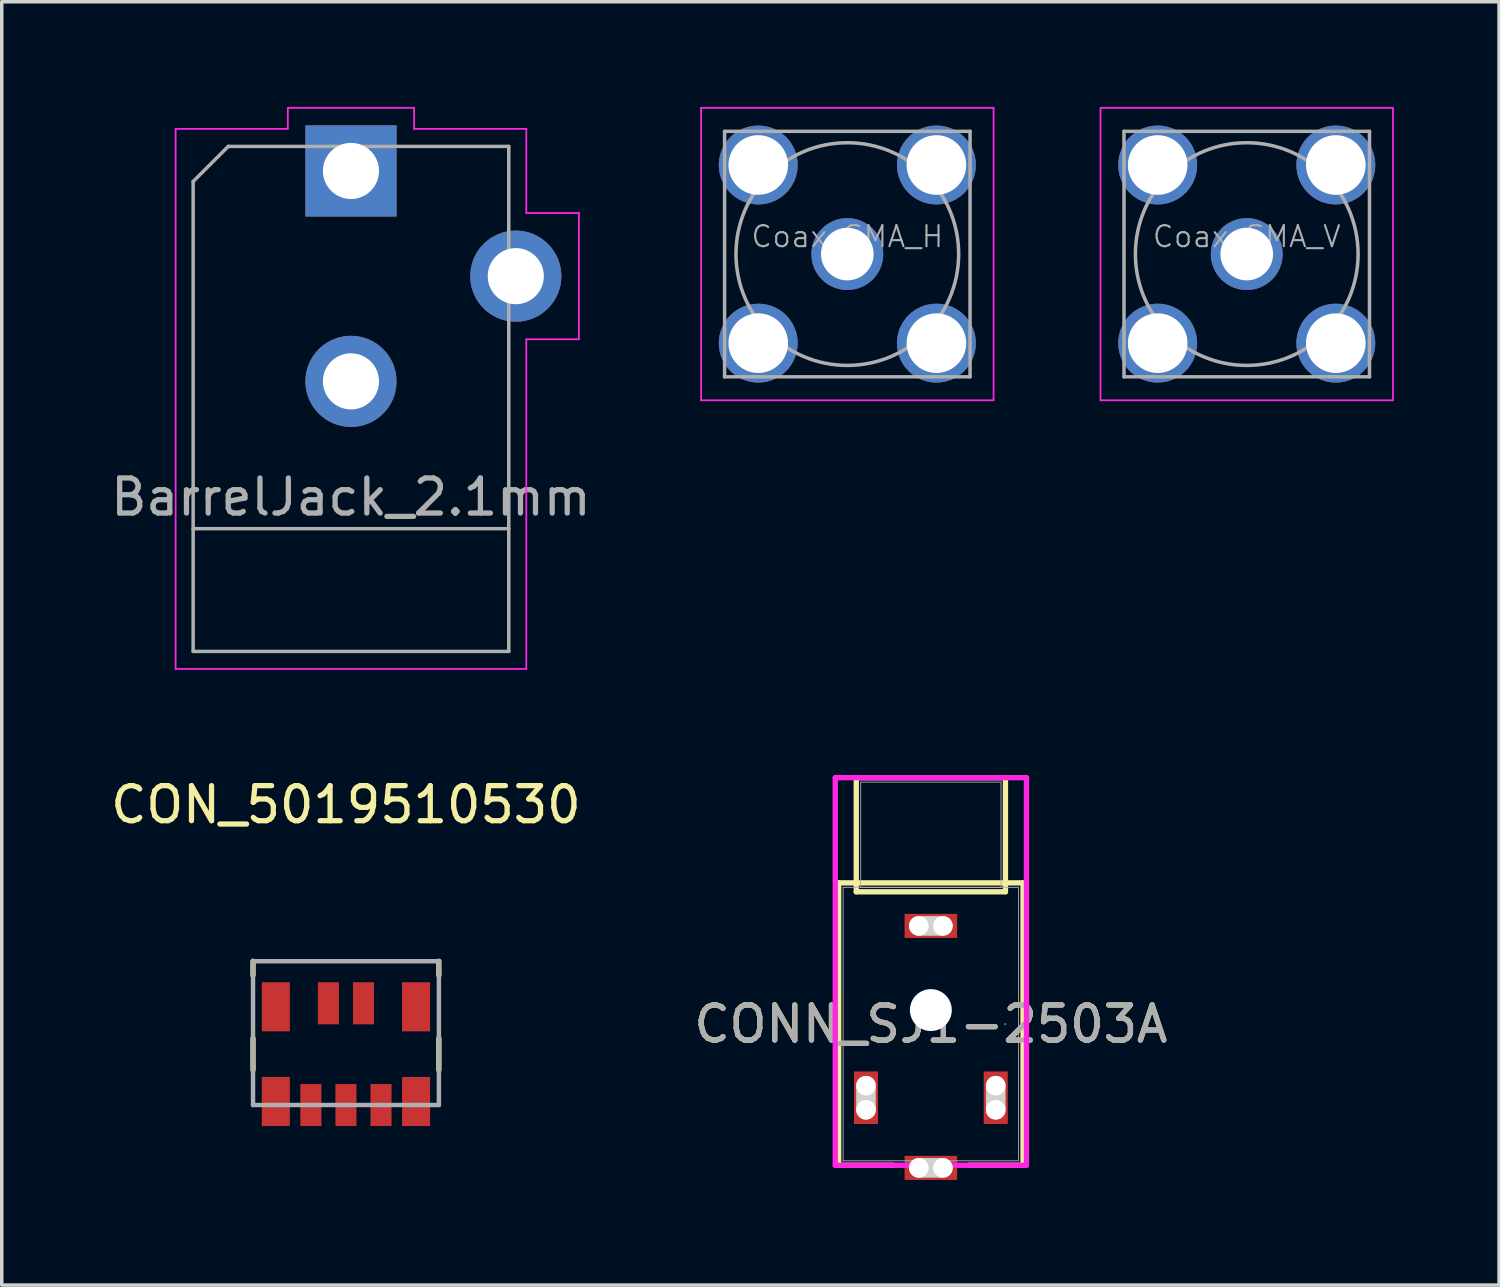
<source format=kicad_pcb>
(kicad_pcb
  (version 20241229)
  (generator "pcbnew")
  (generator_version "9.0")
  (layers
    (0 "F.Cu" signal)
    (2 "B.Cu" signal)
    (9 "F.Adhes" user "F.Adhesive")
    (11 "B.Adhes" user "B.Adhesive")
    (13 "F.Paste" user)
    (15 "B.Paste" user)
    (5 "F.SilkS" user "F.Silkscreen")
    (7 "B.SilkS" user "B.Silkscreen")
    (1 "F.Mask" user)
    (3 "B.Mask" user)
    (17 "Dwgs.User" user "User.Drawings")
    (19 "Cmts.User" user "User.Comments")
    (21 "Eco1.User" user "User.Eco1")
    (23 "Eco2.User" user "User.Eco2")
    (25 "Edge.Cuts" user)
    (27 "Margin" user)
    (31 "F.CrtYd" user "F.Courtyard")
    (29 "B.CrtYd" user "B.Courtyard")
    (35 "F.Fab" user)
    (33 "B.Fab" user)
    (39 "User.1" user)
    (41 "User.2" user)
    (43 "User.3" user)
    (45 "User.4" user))
  (footprint "CON_5019510530"
    (layer "F.Cu")
    (at 6.815 27.01)
    (property "Reference" "CON_5019510530" (at 0 -7.112 0) (unlocked yes) (layer "F.SilkS") (effects (font (size 1 1) (thickness 0.15))))
    (attr smd)
    (fp_line (start -2.65 -2.65) (end -2.65 -2.25) (stroke (width 0.152) (type solid)) (layer "F.SilkS"))
    (fp_line (start -2.65 -0.45) (end -2.65 0.45) (stroke (width 0.152) (type solid)) (layer "F.SilkS"))
    (fp_line (start 2.65 -2.25) (end 2.65 -2.65) (stroke (width 0.152) (type solid)) (layer "F.SilkS"))
    (fp_line (start 2.65 0.45) (end 2.65 -0.45) (stroke (width 0.152) (type solid)) (layer "F.SilkS"))
    (fp_line (start -2.65 -2.65) (end -2.65 1.45) (stroke (width 0.127) (type solid)) (layer "F.Fab"))
    (fp_line (start -2.65 1.45) (end 2.65 1.45) (stroke (width 0.127) (type solid)) (layer "F.Fab"))
    (fp_line (start 2.65 -2.65) (end -2.65 -2.65) (stroke (width 0.127) (type solid)) (layer "F.Fab"))
    (fp_line (start 2.65 1.45) (end 2.65 -2.65) (stroke (width 0.127) (type solid)) (layer "F.Fab"))
    (pad "1" smd rect (at -1 1.45) (size 0.6 1.2) (layers "F.Cu" "F.Mask" "F.Paste"))
    (pad "2" smd rect (at -0.5 -1.45) (size 0.6 1.2) (layers "F.Cu" "F.Mask" "F.Paste"))
    (pad "3" smd rect (at 0 1.45) (size 0.6 1.2) (layers "F.Cu" "F.Mask" "F.Paste"))
    (pad "4" smd rect (at 0.5 -1.45) (size 0.6 1.2) (layers "F.Cu" "F.Mask" "F.Paste"))
    (pad "5" smd rect (at 1 1.45) (size 0.6 1.2) (layers "F.Cu" "F.Mask" "F.Paste"))
    (pad "P1" smd rect (at -2 1.35) (size 0.8 1.4) (layers "F.Cu" "F.Mask" "F.Paste"))
    (pad "P2" smd rect (at 2 1.35) (size 0.8 1.4) (layers "F.Cu" "F.Mask" "F.Paste"))
    (pad "P3" smd rect (at -2 -1.35) (size 0.8 1.4) (layers "F.Cu" "F.Mask" "F.Paste"))
    (pad "P4" smd rect (at 2 -1.35) (size 0.8 1.4) (layers "F.Cu" "F.Mask" "F.Paste")))
  (footprint "Coax_SMA_V"
    (layer "F.Cu")
    (at 32.502 4.195)
    (property "Reference" "Coax_SMA_V" (at 0 -0.5 0) (layer "F.Fab") (effects (font (size 0.6 0.6) (thickness 0.06))))
    (attr through_hole)
    (fp_line (start -4.17 -4.17) (end -4.17 4.17) (stroke (width 0.05) (type solid)) (layer "F.CrtYd"))
    (fp_line (start -4.17 -4.17) (end 4.17 -4.17) (stroke (width 0.05) (type solid)) (layer "F.CrtYd"))
    (fp_line (start 4.17 4.17) (end -4.17 4.17) (stroke (width 0.05) (type solid)) (layer "F.CrtYd"))
    (fp_line (start 4.17 4.17) (end 4.17 -4.17) (stroke (width 0.05) (type solid)) (layer "F.CrtYd"))
    (fp_line (start -3.5 -3.5) (end -3.5 3.5) (stroke (width 0.1) (type solid)) (layer "F.Fab"))
    (fp_line (start -3.5 -3.5) (end 3.5 -3.5) (stroke (width 0.1) (type solid)) (layer "F.Fab"))
    (fp_line (start -3.5 3.5) (end 3.5 3.5) (stroke (width 0.1) (type solid)) (layer "F.Fab"))
    (fp_line (start 3.5 -3.5) (end 3.5 3.5) (stroke (width 0.1) (type solid)) (layer "F.Fab"))
    (fp_circle (center 0 0) (end 3.175 0) (stroke (width 0.1) (type solid)) (fill no) (layer "F.Fab"))
    (pad "1" thru_hole circle (at 0 0) (size 2.05 2.05) (drill 1.5) (layers "*.Cu" "*.Mask"))
    (pad "2" thru_hole circle (at -2.54 -2.54) (size 2.25 2.25) (drill 1.7) (layers "*.Cu" "*.Mask"))
    (pad "2" thru_hole circle (at -2.54 2.54) (size 2.25 2.25) (drill 1.7) (layers "*.Cu" "*.Mask"))
    (pad "2" thru_hole circle (at 2.54 -2.54) (size 2.25 2.25) (drill 1.7) (layers "*.Cu" "*.Mask"))
    (pad "2" thru_hole circle (at 2.54 2.54) (size 2.25 2.25) (drill 1.7) (layers "*.Cu" "*.Mask")))
  (footprint "Coax_SMA_H"
    (layer "F.Cu")
    (at 21.112 4.195)
    (property "Reference" "Coax_SMA_H" (at 0 -0.5 0) (layer "F.Fab") (effects (font (size 0.6 0.6) (thickness 0.06))))
    (attr through_hole)
    (fp_line (start -4.17 -4.17) (end -4.17 4.17) (stroke (width 0.05) (type solid)) (layer "F.CrtYd"))
    (fp_line (start -4.17 -4.17) (end 4.17 -4.17) (stroke (width 0.05) (type solid)) (layer "F.CrtYd"))
    (fp_line (start 4.17 4.17) (end -4.17 4.17) (stroke (width 0.05) (type solid)) (layer "F.CrtYd"))
    (fp_line (start 4.17 4.17) (end 4.17 -4.17) (stroke (width 0.05) (type solid)) (layer "F.CrtYd"))
    (fp_line (start -3.5 -3.5) (end -3.5 3.5) (stroke (width 0.1) (type solid)) (layer "F.Fab"))
    (fp_line (start -3.5 -3.5) (end 3.5 -3.5) (stroke (width 0.1) (type solid)) (layer "F.Fab"))
    (fp_line (start -3.5 3.5) (end 3.5 3.5) (stroke (width 0.1) (type solid)) (layer "F.Fab"))
    (fp_line (start 3.5 -3.5) (end 3.5 3.5) (stroke (width 0.1) (type solid)) (layer "F.Fab"))
    (fp_circle (center 0 0) (end 3.175 0) (stroke (width 0.1) (type solid)) (fill no) (layer "F.Fab"))
    (pad "1" thru_hole circle (at 0 0) (size 2.05 2.05) (drill 1.5) (layers "*.Cu" "*.Mask"))
    (pad "2" thru_hole circle (at -2.54 -2.54) (size 2.25 2.25) (drill 1.7) (layers "*.Cu" "*.Mask"))
    (pad "2" thru_hole circle (at -2.54 2.54) (size 2.25 2.25) (drill 1.7) (layers "*.Cu" "*.Mask"))
    (pad "2" thru_hole circle (at 2.54 -2.54) (size 2.25 2.25) (drill 1.7) (layers "*.Cu" "*.Mask"))
    (pad "2" thru_hole circle (at 2.54 2.54) (size 2.25 2.25) (drill 1.7) (layers "*.Cu" "*.Mask")))
  (footprint "BarrelJack_2.1mm"
    (layer "F.Cu")
    (at 6.958 1.825)
    (property "Reference" "BarrelJack_2.1mm" (at 0 9.3 180) (layer "F.Fab") (effects (font (size 1 1) (thickness 0.15))))
    (attr through_hole)
    (fp_line (start -5 -1.2) (end -1.8 -1.2) (stroke (width 0.05) (type solid)) (layer "F.CrtYd"))
    (fp_line (start -5 14.2) (end -5 -1.2) (stroke (width 0.05) (type solid)) (layer "F.CrtYd"))
    (fp_line (start -1.8 -1.8) (end 1.8 -1.8) (stroke (width 0.05) (type solid)) (layer "F.CrtYd"))
    (fp_line (start -1.8 -1.2) (end -1.8 -1.8) (stroke (width 0.05) (type solid)) (layer "F.CrtYd"))
    (fp_line (start 1.8 -1.8) (end 1.8 -1.2) (stroke (width 0.05) (type solid)) (layer "F.CrtYd"))
    (fp_line (start 1.8 -1.2) (end 5 -1.2) (stroke (width 0.05) (type solid)) (layer "F.CrtYd"))
    (fp_line (start 5 -1.2) (end 5 1.2) (stroke (width 0.05) (type solid)) (layer "F.CrtYd"))
    (fp_line (start 5 1.2) (end 6.5 1.2) (stroke (width 0.05) (type solid)) (layer "F.CrtYd"))
    (fp_line (start 5 4.8) (end 5 14.2) (stroke (width 0.05) (type solid)) (layer "F.CrtYd"))
    (fp_line (start 5 14.2) (end -5 14.2) (stroke (width 0.05) (type solid)) (layer "F.CrtYd"))
    (fp_line (start 6.5 1.2) (end 6.5 4.8) (stroke (width 0.05) (type solid)) (layer "F.CrtYd"))
    (fp_line (start 6.5 4.8) (end 5 4.8) (stroke (width 0.05) (type solid)) (layer "F.CrtYd"))
    (fp_line (start -4.5 0.3) (end -3.5 -0.7) (stroke (width 0.1) (type solid)) (layer "F.Fab"))
    (fp_line (start -4.5 10.2) (end 4.5 10.2) (stroke (width 0.1) (type solid)) (layer "F.Fab"))
    (fp_line (start -4.5 13.7) (end -4.5 0.3) (stroke (width 0.1) (type solid)) (layer "F.Fab"))
    (fp_line (start -3.5 -0.7) (end 4.5 -0.7) (stroke (width 0.1) (type solid)) (layer "F.Fab"))
    (fp_line (start 4.5 -0.7) (end 4.5 13.7) (stroke (width 0.1) (type solid)) (layer "F.Fab"))
    (fp_line (start 4.5 13.7) (end -4.5 13.7) (stroke (width 0.1) (type solid)) (layer "F.Fab"))
    (pad "1" thru_hole rect (at 0 0) (size 2.6 2.6) (drill 1.6) (layers "*.Cu" "*.Mask"))
    (pad "2" thru_hole circle (at 0 6) (size 2.6 2.6) (drill 1.6) (layers "*.Cu" "*.Mask"))
    (pad "3" thru_hole circle (at 4.7 3) (size 2.6 2.6) (drill 1.6) (layers "*.Cu" "*.Mask")))
  (footprint "CONN_SJ1-2503A"
    (layer "F.Cu")
    (at 23.494 26.152)
    (property "Reference" "CONN_SJ1-2503A" (at 0 0 0) (unlocked yes) (layer "F.SilkS") (effects (font (size 1 1) (thickness 0.15))))
    (attr smd)
    (fp_line (start -2.629 -4.026) (end 2.629 -4.026) (stroke (width 0.152) (type solid)) (layer "F.SilkS"))
    (fp_line (start -2.629 4.026) (end -2.629 -4.026) (stroke (width 0.152) (type solid)) (layer "F.SilkS"))
    (fp_line (start -2.127 -7.026) (end 2.127 -7.026) (stroke (width 0.152) (type solid)) (layer "F.SilkS"))
    (fp_line (start -2.127 -3.772) (end -2.127 -7.026) (stroke (width 0.152) (type solid)) (layer "F.SilkS"))
    (fp_line (start -1.082 4.026) (end -2.629 4.026) (stroke (width 0.152) (type solid)) (layer "F.SilkS"))
    (fp_line (start 2.127 -7.026) (end 2.127 -3.772) (stroke (width 0.152) (type solid)) (layer "F.SilkS"))
    (fp_line (start 2.127 -3.772) (end -2.127 -3.772) (stroke (width 0.152) (type solid)) (layer "F.SilkS"))
    (fp_line (start 2.629 -4.026) (end 2.629 4.026) (stroke (width 0.152) (type solid)) (layer "F.SilkS"))
    (fp_line (start 2.629 4.026) (end 1.082 4.026) (stroke (width 0.152) (type solid)) (layer "F.SilkS"))
    (fp_line (start -1.85 2.444) (end -1.85 1.758) (stroke (width 0.559) (type solid)) (layer "Edge.Cuts"))
    (fp_line (start -0.343 -2.799) (end 0.343 -2.799) (stroke (width 0.559) (type solid)) (layer "Edge.Cuts"))
    (fp_line (start -0.343 4.101) (end 0.343 4.101) (stroke (width 0.559) (type solid)) (layer "Edge.Cuts"))
    (fp_line (start 1.85 2.444) (end 1.85 1.758) (stroke (width 0.559) (type solid)) (layer "Edge.Cuts"))
    (fp_line (start -2.726 -7.026) (end 2.726 -7.026) (stroke (width 0.152) (type solid)) (layer "F.CrtYd"))
    (fp_line (start -2.726 4.026) (end -2.726 -7.026) (stroke (width 0.152) (type solid)) (layer "F.CrtYd"))
    (fp_line (start 2.726 -7.026) (end 2.726 4.026) (stroke (width 0.152) (type solid)) (layer "F.CrtYd"))
    (fp_line (start 2.726 4.026) (end -2.726 4.026) (stroke (width 0.152) (type solid)) (layer "F.CrtYd"))
    (fp_line (start -2.502 -3.899) (end -2.502 3.899) (stroke (width 0.025) (type solid)) (layer "F.Fab"))
    (fp_line (start -2.502 3.899) (end 2.502 3.899) (stroke (width 0.025) (type solid)) (layer "F.Fab"))
    (fp_line (start -2 -6.899) (end -2 -3.899) (stroke (width 0.025) (type solid)) (layer "F.Fab"))
    (fp_line (start -2 -3.899) (end 2 -3.899) (stroke (width 0.025) (type solid)) (layer "F.Fab"))
    (fp_line (start 2 -6.899) (end -2 -6.899) (stroke (width 0.025) (type solid)) (layer "F.Fab"))
    (fp_line (start 2 -3.899) (end 2 -6.899) (stroke (width 0.025) (type solid)) (layer "F.Fab"))
    (fp_line (start 2.502 -3.899) (end -2.502 -3.899) (stroke (width 0.025) (type solid)) (layer "F.Fab"))
    (fp_line (start 2.502 3.899) (end 2.502 -3.899) (stroke (width 0.025) (type solid)) (layer "F.Fab"))
    (fp_circle (center 2.121 0) (end 2.121 0) (stroke (width 0.025) (type solid)) (fill no) (layer "F.Fab"))
    (fp_text user "${REFERENCE}" (at 0 0 0) (unlocked yes) (layer "F.Fab") (effects (font (size 1 1) (thickness 0.15))))
    (pad "" np_thru_hole circle (at -1.85 1.758) (size 0.559 0.559) (drill 0.559) (layers "*.Cu" "*.Mask"))
    (pad "" np_thru_hole circle (at -1.85 2.444) (size 0.559 0.559) (drill 0.559) (layers "*.Cu" "*.Mask"))
    (pad "" np_thru_hole circle (at -0.343 -2.799 90) (size 0.559 0.559) (drill 0.559) (layers "*.Cu" "*.Mask"))
    (pad "" np_thru_hole circle (at -0.343 4.101) (size 0.559 0.559) (drill 0.559) (layers "*.Cu" "*.Mask"))
    (pad "" np_thru_hole circle (at 0 -0.399) (size 1.194 1.194) (drill 1.194) (layers "*.Cu" "*.Mask"))
    (pad "" np_thru_hole circle (at 0.343 -2.799 90) (size 0.559 0.559) (drill 0.559) (layers "*.Cu" "*.Mask"))
    (pad "" np_thru_hole circle (at 0.343 4.101) (size 0.559 0.559) (drill 0.559) (layers "*.Cu" "*.Mask"))
    (pad "" np_thru_hole circle (at 1.85 1.758) (size 0.559 0.559) (drill 0.559) (layers "*.Cu" "*.Mask"))
    (pad "" np_thru_hole circle (at 1.85 2.444) (size 0.559 0.559) (drill 0.559) (layers "*.Cu" "*.Mask"))
    (pad "1" smd rect (at 0 -2.799 90) (size 0.686 1.499) (layers "F.Cu" "F.Mask" "F.Paste"))
    (pad "2" smd rect (at -1.85 2.101) (size 0.686 1.499) (layers "F.Cu" "F.Mask" "F.Paste"))
    (pad "3" smd rect (at 1.85 2.101) (size 0.686 1.499) (layers "F.Cu" "F.Mask" "F.Paste"))
    (pad "4" smd rect (at 0 4.101 90) (size 0.686 1.499) (layers "F.Cu" "F.Mask" "F.Paste"))
    (pad "S_1" smd oval (at 0 -2.799) (size 1.245 0.559) (layers "F.Cu" "F.Mask" "F.Paste"))
    (pad "S_2" smd oval (at 1.85 2.101 90) (size 1.245 0.559) (layers "F.Cu" "F.Mask" "F.Paste"))
    (pad "S_5" smd oval (at -1.85 2.101 90) (size 1.245 0.559) (layers "F.Cu" "F.Mask" "F.Paste"))
    (pad "S_6" smd oval (at 0 4.101) (size 1.245 0.559) (layers "F.Cu" "F.Mask" "F.Paste")))
  (gr_rect
    (start -3 -3)
    (end 39.697 33.596)
    (stroke (width 0.1) (type default))
    (fill no)
    (layer "Edge.Cuts")))
</source>
